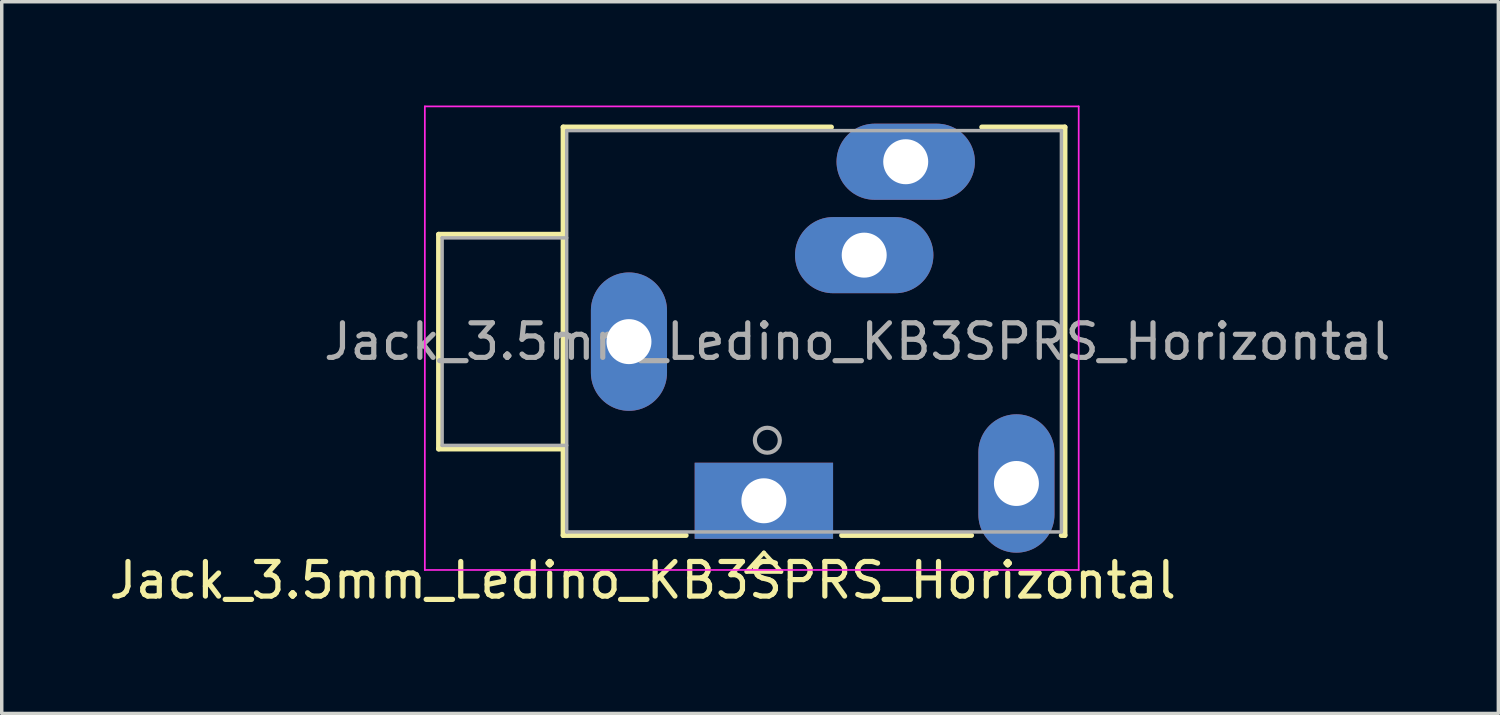
<source format=kicad_pcb>
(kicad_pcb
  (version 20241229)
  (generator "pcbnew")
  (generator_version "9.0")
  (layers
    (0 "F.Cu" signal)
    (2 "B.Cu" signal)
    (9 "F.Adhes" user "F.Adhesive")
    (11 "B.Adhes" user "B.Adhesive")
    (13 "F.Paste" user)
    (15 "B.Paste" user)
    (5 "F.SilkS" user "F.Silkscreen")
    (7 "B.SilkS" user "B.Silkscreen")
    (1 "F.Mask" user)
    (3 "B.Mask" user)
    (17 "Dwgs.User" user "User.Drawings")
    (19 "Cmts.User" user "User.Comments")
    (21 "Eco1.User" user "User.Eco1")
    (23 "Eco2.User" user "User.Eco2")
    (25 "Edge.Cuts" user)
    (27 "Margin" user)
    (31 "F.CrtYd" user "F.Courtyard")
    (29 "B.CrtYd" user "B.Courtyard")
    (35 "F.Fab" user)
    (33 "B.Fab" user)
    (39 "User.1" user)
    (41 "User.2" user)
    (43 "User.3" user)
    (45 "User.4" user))
  (footprint "Jack_3.5mm_Ledino_KB3SPRS_Horizontal"
    (layer "F.Cu")
    (at 19.03 11.425)
    (property "Reference" "Jack_3.5mm_Ledino_KB3SPRS_Horizontal" (at -3.5 2.3 0) (layer "F.SilkS") (effects (font (size 1 1) (thickness 0.15))))
    (attr through_hole)
    (fp_line (start -9.4 -7.7) (end -9.4 -1.5) (stroke (width 0.15) (type solid)) (layer "F.SilkS"))
    (fp_line (start -9.4 -1.5) (end -5.8 -1.5) (stroke (width 0.15) (type solid)) (layer "F.SilkS"))
    (fp_line (start -5.8 -10.8) (end 1.95 -10.8) (stroke (width 0.15) (type solid)) (layer "F.SilkS"))
    (fp_line (start -5.8 -7.7) (end -9.4 -7.7) (stroke (width 0.15) (type solid)) (layer "F.SilkS"))
    (fp_line (start -5.8 1) (end -5.8 -10.8) (stroke (width 0.15) (type solid)) (layer "F.SilkS"))
    (fp_line (start -2.25 1) (end -5.8 1) (stroke (width 0.15) (type solid)) (layer "F.SilkS"))
    (fp_line (start -0.5 2.05) (end 0.5 2.05) (stroke (width 0.12) (type solid)) (layer "F.SilkS"))
    (fp_line (start 0 1.5) (end -0.5 2.05) (stroke (width 0.12) (type solid)) (layer "F.SilkS"))
    (fp_line (start 0.5 2.05) (end 0 1.5) (stroke (width 0.12) (type solid)) (layer "F.SilkS"))
    (fp_line (start 6 1) (end 2.25 1) (stroke (width 0.15) (type solid)) (layer "F.SilkS"))
    (fp_line (start 6.3 -10.8) (end 8.7 -10.8) (stroke (width 0.15) (type solid)) (layer "F.SilkS"))
    (fp_line (start 8.7 -10.8) (end 8.7 1) (stroke (width 0.15) (type solid)) (layer "F.SilkS"))
    (fp_line (start 8.7 1) (end 8.6 1) (stroke (width 0.15) (type solid)) (layer "F.SilkS"))
    (fp_line (start -9.8 -11.4) (end -9.8 2) (stroke (width 0.05) (type solid)) (layer "F.CrtYd"))
    (fp_line (start -9.8 2) (end 9.1 2) (stroke (width 0.05) (type solid)) (layer "F.CrtYd"))
    (fp_line (start 9.1 -11.4) (end -9.8 -11.4) (stroke (width 0.05) (type solid)) (layer "F.CrtYd"))
    (fp_line (start 9.1 2) (end 9.1 -11.4) (stroke (width 0.05) (type solid)) (layer "F.CrtYd"))
    (fp_line (start -9.3 -7.6) (end -9.3 -1.6) (stroke (width 0.1) (type solid)) (layer "F.Fab"))
    (fp_line (start -9.3 -7.6) (end -5.7 -7.6) (stroke (width 0.1) (type solid)) (layer "F.Fab"))
    (fp_line (start -9.3 -1.6) (end -5.7 -1.6) (stroke (width 0.1) (type solid)) (layer "F.Fab"))
    (fp_line (start -5.7 -10.7) (end -5.7 0.9) (stroke (width 0.1) (type solid)) (layer "F.Fab"))
    (fp_line (start -5.7 0.9) (end 8.6 0.9) (stroke (width 0.1) (type solid)) (layer "F.Fab"))
    (fp_line (start 8.6 -10.7) (end -5.7 -10.7) (stroke (width 0.1) (type solid)) (layer "F.Fab"))
    (fp_line (start 8.6 0.9) (end 8.6 -10.7) (stroke (width 0.1) (type solid)) (layer "F.Fab"))
    (fp_circle (center 0.1 -1.75) (end 0.4 -1.55) (stroke (width 0.12) (type solid)) (fill no) (layer "F.Fab"))
    (fp_text user "${REFERENCE}" (at 2.7 -4.6 0) (layer "F.Fab") (effects (font (size 1 1) (thickness 0.15))))
    (pad "R" thru_hole oval (at 4.1 -9.8) (size 4 2.2) (drill 1.3) (layers "*.Cu" "*.Mask"))
    (pad "RN" thru_hole oval (at 2.9 -7.1) (size 4 2.2) (drill 1.3) (layers "*.Cu" "*.Mask"))
    (pad "S" thru_hole oval (at -3.9 -4.6) (size 2.2 4) (drill 1.3) (layers "*.Cu" "*.Mask"))
    (pad "T" thru_hole rect (at 0 0) (size 4 2.2) (drill 1.3) (layers "*.Cu" "*.Mask"))
    (pad "TN" thru_hole oval (at 7.3 -0.5 90) (size 4 2.2) (drill 1.3) (layers "*.Cu" "*.Mask")))
  (gr_rect
    (start -3 -3)
    (end 40.26 17.573)
    (stroke (width 0.1) (type default))
    (fill no)
    (layer "Edge.Cuts")))
</source>
